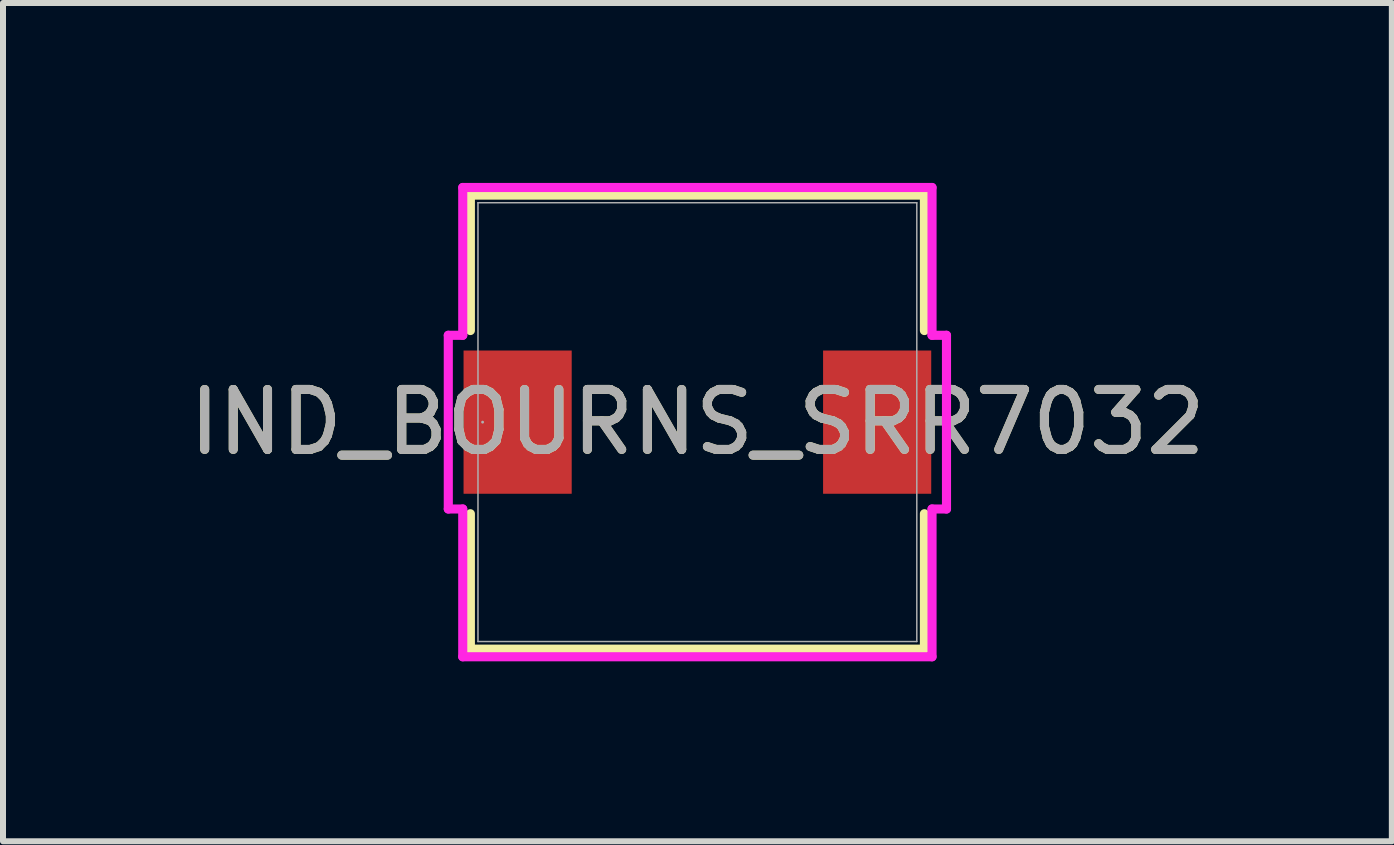
<source format=kicad_pcb>
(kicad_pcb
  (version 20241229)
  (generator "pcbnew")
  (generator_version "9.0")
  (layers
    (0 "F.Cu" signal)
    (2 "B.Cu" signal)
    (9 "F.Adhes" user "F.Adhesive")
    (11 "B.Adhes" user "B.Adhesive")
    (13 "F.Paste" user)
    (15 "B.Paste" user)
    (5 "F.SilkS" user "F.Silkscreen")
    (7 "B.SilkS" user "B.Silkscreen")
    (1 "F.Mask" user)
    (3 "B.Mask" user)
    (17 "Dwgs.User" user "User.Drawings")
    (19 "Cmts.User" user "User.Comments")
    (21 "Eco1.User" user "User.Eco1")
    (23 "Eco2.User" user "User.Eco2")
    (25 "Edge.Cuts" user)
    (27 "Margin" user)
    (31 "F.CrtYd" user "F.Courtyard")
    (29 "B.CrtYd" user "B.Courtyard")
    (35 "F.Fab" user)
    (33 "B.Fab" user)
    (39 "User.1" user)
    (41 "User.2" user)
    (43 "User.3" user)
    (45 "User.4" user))
  (footprint "IND_BOURNS_SRR7032"
    (layer "F.Cu")
    (at 8.577 3.988)
    (property "Reference" "IND_BOURNS_SRR7032" (at 0 0 0) (unlocked yes) (layer "F.SilkS") (effects (font (size 1 1) (thickness 0.15))))
    (attr smd)
    (fp_line (start -3.785 -3.785) (end -3.785 -1.527) (stroke (width 0.152) (type solid)) (layer "F.SilkS"))
    (fp_line (start -3.785 1.527) (end -3.785 3.785) (stroke (width 0.152) (type solid)) (layer "F.SilkS"))
    (fp_line (start -3.785 3.785) (end 3.785 3.785) (stroke (width 0.152) (type solid)) (layer "F.SilkS"))
    (fp_line (start 3.785 -3.785) (end -3.785 -3.785) (stroke (width 0.152) (type solid)) (layer "F.SilkS"))
    (fp_line (start 3.785 -1.527) (end 3.785 -3.785) (stroke (width 0.152) (type solid)) (layer "F.SilkS"))
    (fp_line (start 3.785 3.785) (end 3.785 1.527) (stroke (width 0.152) (type solid)) (layer "F.SilkS"))
    (fp_line (start -4.153 -1.448) (end -3.912 -1.448) (stroke (width 0.152) (type solid)) (layer "F.CrtYd"))
    (fp_line (start -4.153 1.448) (end -4.153 -1.448) (stroke (width 0.152) (type solid)) (layer "F.CrtYd"))
    (fp_line (start -3.912 -3.912) (end 3.912 -3.912) (stroke (width 0.152) (type solid)) (layer "F.CrtYd"))
    (fp_line (start -3.912 -1.448) (end -3.912 -3.912) (stroke (width 0.152) (type solid)) (layer "F.CrtYd"))
    (fp_line (start -3.912 1.448) (end -4.153 1.448) (stroke (width 0.152) (type solid)) (layer "F.CrtYd"))
    (fp_line (start -3.912 3.912) (end -3.912 1.448) (stroke (width 0.152) (type solid)) (layer "F.CrtYd"))
    (fp_line (start 3.912 -3.912) (end 3.912 -1.448) (stroke (width 0.152) (type solid)) (layer "F.CrtYd"))
    (fp_line (start 3.912 -1.448) (end 4.153 -1.448) (stroke (width 0.152) (type solid)) (layer "F.CrtYd"))
    (fp_line (start 3.912 1.448) (end 3.912 3.912) (stroke (width 0.152) (type solid)) (layer "F.CrtYd"))
    (fp_line (start 3.912 3.912) (end -3.912 3.912) (stroke (width 0.152) (type solid)) (layer "F.CrtYd"))
    (fp_line (start 4.153 -1.448) (end 4.153 1.448) (stroke (width 0.152) (type solid)) (layer "F.CrtYd"))
    (fp_line (start 4.153 1.448) (end 3.912 1.448) (stroke (width 0.152) (type solid)) (layer "F.CrtYd"))
    (fp_line (start -3.658 -3.658) (end -3.658 3.658) (stroke (width 0.025) (type solid)) (layer "F.Fab"))
    (fp_line (start -3.658 3.658) (end 3.658 3.658) (stroke (width 0.025) (type solid)) (layer "F.Fab"))
    (fp_line (start 3.658 -3.658) (end -3.658 -3.658) (stroke (width 0.025) (type solid)) (layer "F.Fab"))
    (fp_line (start 3.658 3.658) (end 3.658 -3.658) (stroke (width 0.025) (type solid)) (layer "F.Fab"))
    (fp_circle (center -3.581 0) (end -3.581 0) (stroke (width 0.025) (type solid)) (fill no) (layer "F.Fab"))
    (fp_text user "${REFERENCE}" (at 0 0 0) (unlocked yes) (layer "F.Fab") (effects (font (size 1 1) (thickness 0.15))))
    (pad "1" smd rect (at -2.997 0) (size 1.803 2.388) (layers "F.Cu" "F.Mask" "F.Paste"))
    (pad "2" smd rect (at 2.997 0) (size 1.803 2.388) (layers "F.Cu" "F.Mask" "F.Paste"))
    (zone (net_name "") (layer "F.Cu") (hatch full 0.508) (connect_pads) (min_thickness 0.254) (filled_areas_thickness no) (keepout (tracks not_allowed) (vias not_allowed) (pads allowed) (copperpour not_allowed) (footprints allowed)) (placement (enabled no)) (fill) (polygon (pts (xy 6.533 0.381) (xy 10.622 0.381) (xy 10.622 7.595) (xy 6.533 7.595)))))
  (gr_rect
    (start -3 -3)
    (end 20.155 10.976)
    (stroke (width 0.1) (type default))
    (fill no)
    (layer "Edge.Cuts")))
</source>
